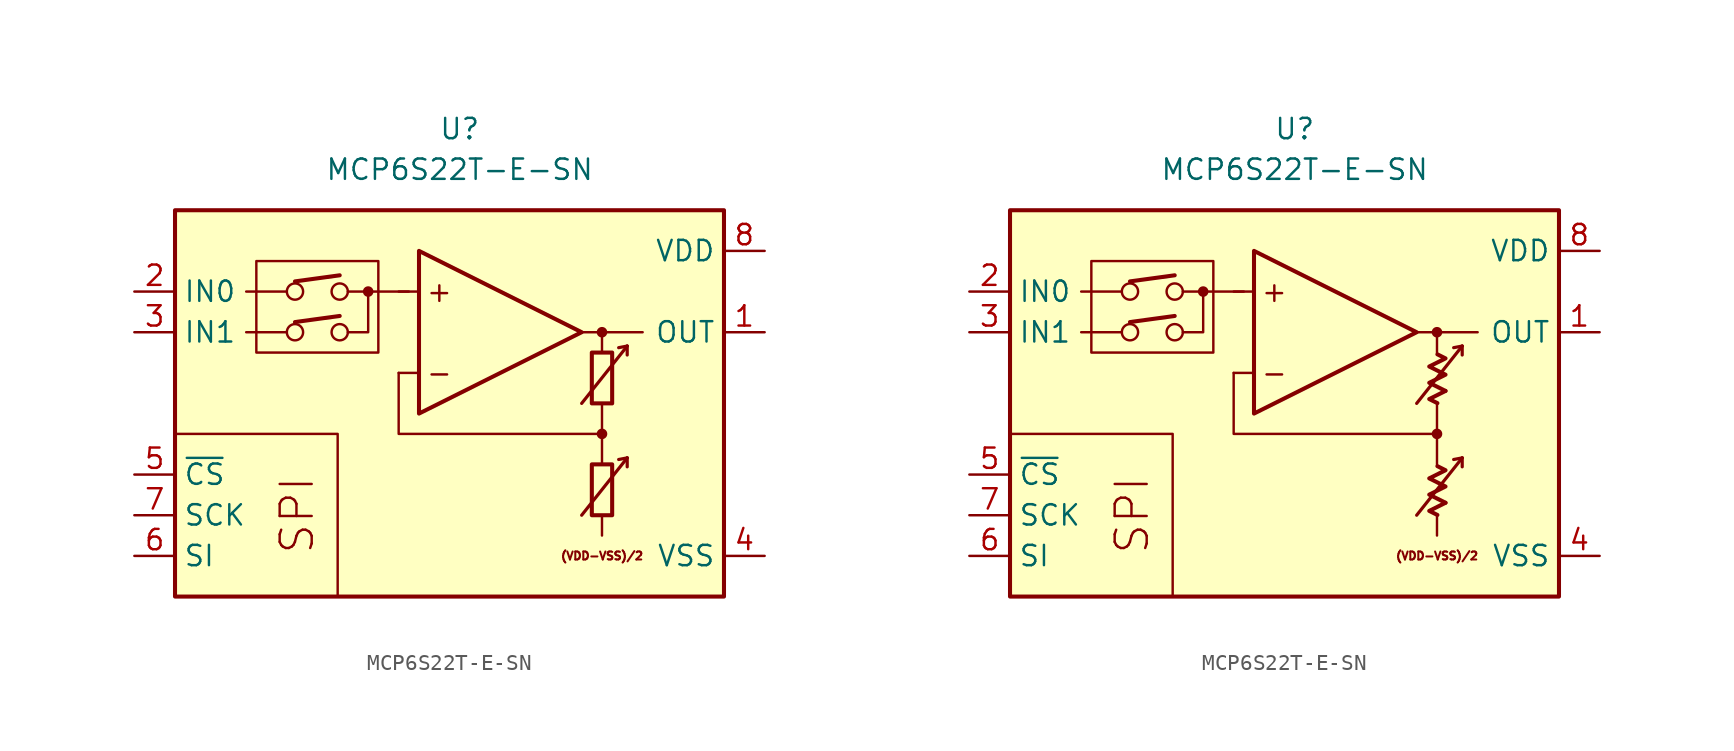
<source format=kicad_sym>
(kicad_symbol_lib
  (version 20231120)
  (generator "kicad_symbol_editor")
  (generator_version "8.0")
  (symbol "MCP6S22T-E-SN"
    (property "Reference" "U"
      (at 0 17.78 0)
      (effects (font (size 1.27 1.27))))
    (property "Value" "MCP6S22T-E-SN"
      (at 0 15.24 0)
      (effects (font (size 1.27 1.27))))
    (symbol "MCP6S22T-E-SN_0_0"
      (rectangle (start -17.78 12.7) (end 16.51 -11.43) (stroke (width 0.254) (type default)) (fill (type background)))
      (rectangle (start -12.7 9.525) (end -5.08 3.81) (stroke (width 0.152) (type default)) (fill (type none)))
      (circle (center -10.287 5.08) (radius 0.508) (stroke (width 0) (type default)) (fill (type none)))
      (circle (center -10.287 7.62) (radius 0.508) (stroke (width 0) (type default)) (fill (type none)))
      (circle (center -7.493 5.08) (radius 0.508) (stroke (width 0) (type default)) (fill (type none)))
      (circle (center -7.493 7.62) (radius 0.508) (stroke (width 0) (type default)) (fill (type none)))
      (circle (center -5.715 7.62) (radius 0.254) (stroke (width 0.152) (type default)) (fill (type outline)))
      (polyline (pts (xy 8.89 -3.81)) (stroke (width 0.152) (type default)) (fill (type none)))
      (polyline (pts (xy 8.89 -3.81)) (stroke (width 0.152) (type default)) (fill (type none)))
      (polyline (pts (xy 8.89 -3.175)) (stroke (width 0.152) (type default)) (fill (type none)))
      (polyline (pts (xy 8.89 3.175)) (stroke (width 0.152) (type default)) (fill (type none)))
      (polyline (pts (xy 8.89 3.81)) (stroke (width 0.152) (type default)) (fill (type none)))
      (polyline (pts (xy 8.89 3.81)) (stroke (width 0.152) (type default)) (fill (type none)))
      (polyline (pts (xy -10.795 5.08) (xy -13.335 5.08)) (stroke (width 0.152) (type default)) (fill (type none)))
      (polyline (pts (xy -10.795 7.62) (xy -13.335 7.62)) (stroke (width 0.152) (type default)) (fill (type none)))
      (polyline (pts (xy -10.287 5.715) (xy -7.493 6.096)) (stroke (width 0.254) (type default)) (fill (type none)))
      (polyline (pts (xy -10.287 8.255) (xy -7.493 8.636)) (stroke (width 0.254) (type default)) (fill (type none)))
      (polyline (pts (xy -3.175 7.62) (xy -6.985 7.62)) (stroke (width 0.152) (type default)) (fill (type none)))
      (polyline (pts (xy -2.54 2.54) (xy -3.81 2.54)) (stroke (width 0.152) (type default)) (fill (type none)))
      (polyline (pts (xy -2.54 7.62) (xy -3.81 7.62)) (stroke (width 0.152) (type default)) (fill (type none)))
      (polyline (pts (xy 7.62 5.08) (xy 11.43 5.08)) (stroke (width 0.152) (type default)) (fill (type none)))
      (polyline (pts (xy 8.89 -6.35) (xy 8.89 -7.62)) (stroke (width 0.152) (type default)) (fill (type none)))
      (polyline (pts (xy 8.89 -1.27) (xy 8.89 -3.175)) (stroke (width 0.152) (type default)) (fill (type none)))
      (polyline (pts (xy 8.89 0.635) (xy 8.89 -1.27)) (stroke (width 0.152) (type default)) (fill (type none)))
      (polyline (pts (xy 8.89 5.08) (xy 8.89 3.81)) (stroke (width 0.152) (type default)) (fill (type none)))
      (polyline (pts (xy -7.62 -11.43) (xy -7.62 -1.27) (xy -17.78 -1.27)) (stroke (width 0.152) (type default)) (fill (type none)))
      (polyline (pts (xy -6.985 5.08) (xy -5.715 5.08) (xy -5.715 7.62)) (stroke (width 0.152) (type default)) (fill (type none)))
      (polyline (pts (xy 8.89 -1.27) (xy -3.81 -1.27) (xy -3.81 2.54)) (stroke (width 0.152) (type default)) (fill (type none)))
      (circle (center 8.89 -1.27) (radius 0.254) (stroke (width 0.152) (type default)) (fill (type outline)))
      (circle (center 8.89 5.08) (radius 0.254) (stroke (width 0.152) (type default)) (fill (type outline)))
      (text "(VDD-VSS)/2" (at 8.89 -8.89 0) (effects (font (size 0.5 0.5))))
      (text "+" (at -1.27 7.62 0) (effects (font (size 1.27 1.27))))
      (text "-" (at -1.27 2.54 0) (effects (font (size 1.27 1.27))))
      (text "SPI" (at -10.16 -6.35 900) (effects (font (size 2 2)))))
    (symbol "MCP6S22T-E-SN_0_1"
      (rectangle (start 8.255 -3.175) (end 9.525 -6.35) (stroke (width 0.254) (type default)) (fill (type none)))
      (rectangle (start 8.255 3.81) (end 9.525 0.635) (stroke (width 0.254) (type default)) (fill (type none))))
    (symbol "MCP6S22T-E-SN_0_2"
      (polyline (pts (xy 9.422 -5.572) (xy 8.406 -6.08) (xy 8.915 -6.333)) (stroke (width 0.254) (type default)) (fill (type none)))
      (polyline (pts (xy 9.422 1.413) (xy 8.406 0.905) (xy 8.915 0.651)) (stroke (width 0.254) (type default)) (fill (type none)))
      (polyline (pts (xy 8.915 -3.285) (xy 9.422 -3.539) (xy 8.406 -4.048) (xy 9.422 -4.556) (xy 8.406 -5.064) (xy 9.422 -5.572)) (stroke (width 0.254) (type default)) (fill (type none)))
      (polyline (pts (xy 8.915 3.7) (xy 9.422 3.446) (xy 8.406 2.938) (xy 9.422 2.429) (xy 8.406 1.921) (xy 9.422 1.413)) (stroke (width 0.254) (type default)) (fill (type none))))
    (symbol "MCP6S22T-E-SN_1_0"
      (polyline (pts (xy 10.465 -2.769) (xy 9.931 -2.87)) (stroke (width 0.2) (type default)) (fill (type none)))
      (polyline (pts (xy 10.465 -2.769) (xy 10.465 -3.327)) (stroke (width 0.2) (type default)) (fill (type none)))
      (polyline (pts (xy 10.465 4.216) (xy 9.931 4.115)) (stroke (width 0.2) (type default)) (fill (type none)))
      (polyline (pts (xy 10.465 4.216) (xy 10.465 3.658)) (stroke (width 0.2) (type default)) (fill (type none)))
      (polyline (pts (xy -2.54 10.16) (xy -2.54 0) (xy 7.62 5.08) (xy -2.54 10.16)) (stroke (width 0.254) (type default)) (fill (type background)))
      (polyline (pts (xy 7.62 -6.35) (xy 10.465 -2.769) (xy 10.465 -2.769) (xy 10.465 -2.769)) (stroke (width 0.2) (type default)) (fill (type none)))
      (polyline (pts (xy 7.62 0.635) (xy 10.465 4.216) (xy 10.465 4.216) (xy 10.465 4.216)) (stroke (width 0.2) (type default)) (fill (type none))))
    (symbol "MCP6S22T-E-SN_1_1"
      (pin output line (at 19.05 5.08 180) (length 2.54) (name "OUT" (effects (font (size 1.27 1.27)))) (number "1" (effects (font (size 1.27 1.27)))))
      (pin input line (at -20.32 7.62 0) (length 2.54) (name "IN0" (effects (font (size 1.27 1.27)))) (number "2" (effects (font (size 1.27 1.27)))))
      (pin input line (at -20.32 5.08 0) (length 2.54) (name "IN1" (effects (font (size 1.27 1.27)))) (number "3" (effects (font (size 1.27 1.27)))))
      (pin power_in line (at 19.05 -8.89 180) (length 2.54) (name "VSS" (effects (font (size 1.27 1.27)))) (number "4" (effects (font (size 1.27 1.27)))))
      (pin input line (at -20.32 -3.81 0) (length 2.54) (name "~{CS}" (effects (font (size 1.27 1.27)))) (number "5" (effects (font (size 1.27 1.27)))))
      (pin input line (at -20.32 -8.89 0) (length 2.54) (name "SI" (effects (font (size 1.27 1.27)))) (number "6" (effects (font (size 1.27 1.27)))))
      (pin input line (at -20.32 -6.35 0) (length 2.54) (name "SCK" (effects (font (size 1.27 1.27)))) (number "7" (effects (font (size 1.27 1.27)))))
      (pin power_in line (at 19.05 10.16 180) (length 2.54) (name "VDD" (effects (font (size 1.27 1.27)))) (number "8" (effects (font (size 1.27 1.27))))))
    (symbol "MCP6S22T-E-SN_1_2"
      (pin output line (at 19.05 5.08 180) (length 2.54) (name "OUT" (effects (font (size 1.27 1.27)))) (number "1" (effects (font (size 1.27 1.27)))))
      (pin input line (at -20.32 7.62 0) (length 2.54) (name "IN0" (effects (font (size 1.27 1.27)))) (number "2" (effects (font (size 1.27 1.27)))))
      (pin input line (at -20.32 5.08 0) (length 2.54) (name "IN1" (effects (font (size 1.27 1.27)))) (number "3" (effects (font (size 1.27 1.27)))))
      (pin power_in line (at 19.05 -8.89 180) (length 2.54) (name "VSS" (effects (font (size 1.27 1.27)))) (number "4" (effects (font (size 1.27 1.27)))))
      (pin input line (at -20.32 -3.81 0) (length 2.54) (name "~{CS}" (effects (font (size 1.27 1.27)))) (number "5" (effects (font (size 1.27 1.27)))))
      (pin input line (at -20.32 -8.89 0) (length 2.54) (name "SI" (effects (font (size 1.27 1.27)))) (number "6" (effects (font (size 1.27 1.27)))))
      (pin input line (at -20.32 -6.35 0) (length 2.54) (name "SCK" (effects (font (size 1.27 1.27)))) (number "7" (effects (font (size 1.27 1.27)))))
      (pin power_in line (at 19.05 10.16 180) (length 2.54) (name "VDD" (effects (font (size 1.27 1.27)))) (number "8" (effects (font (size 1.27 1.27))))))))
</source>
